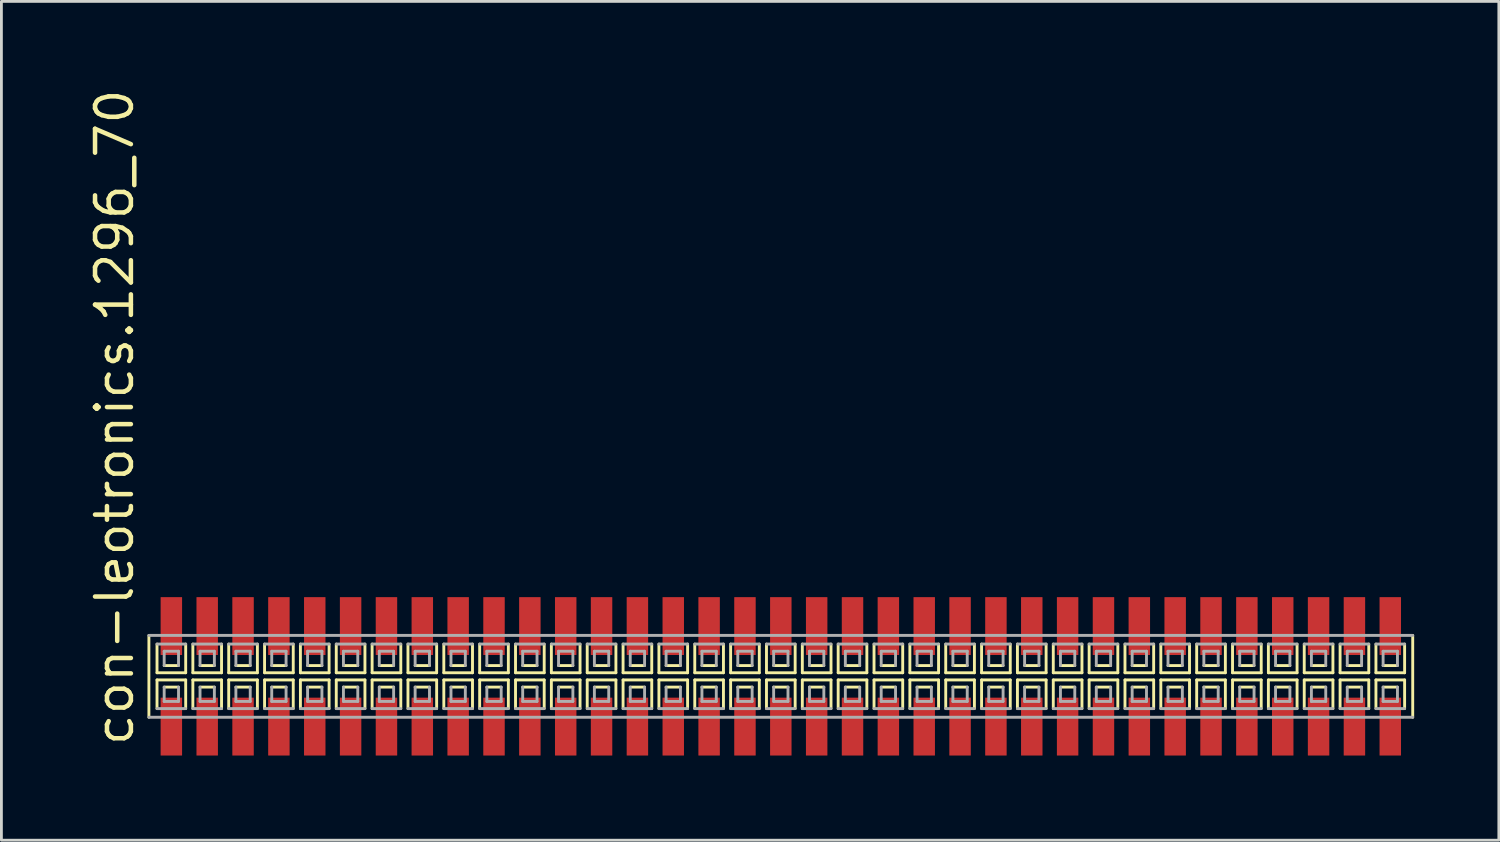
<source format=kicad_pcb>
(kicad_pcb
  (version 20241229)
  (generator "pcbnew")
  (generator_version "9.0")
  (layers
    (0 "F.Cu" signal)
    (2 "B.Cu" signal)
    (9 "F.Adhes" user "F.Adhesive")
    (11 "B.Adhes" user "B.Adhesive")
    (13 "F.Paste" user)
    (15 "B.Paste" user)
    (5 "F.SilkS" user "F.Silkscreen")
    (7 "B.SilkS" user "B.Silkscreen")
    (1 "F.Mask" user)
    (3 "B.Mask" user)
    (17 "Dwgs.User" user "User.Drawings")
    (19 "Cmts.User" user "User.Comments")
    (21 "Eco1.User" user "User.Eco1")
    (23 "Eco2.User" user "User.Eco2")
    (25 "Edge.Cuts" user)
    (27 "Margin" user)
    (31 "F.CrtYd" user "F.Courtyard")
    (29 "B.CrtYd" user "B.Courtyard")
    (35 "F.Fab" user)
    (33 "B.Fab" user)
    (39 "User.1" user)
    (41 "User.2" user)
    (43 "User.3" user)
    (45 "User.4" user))
  (footprint "con-leotronics.1296_70"
    (layer "F.Cu")
    (at 24.61 20.909)
    (property "Reference" "con-leotronics.1296_70" (at -22.86 2.54 90) (layer "F.SilkS") (effects (font (size 1.27 1.27) (thickness 0.16)) (justify left bottom)))
    (attr smd)
    (fp_line (start -22.385 -1.45) (end -22.385 1.45) (stroke (width 0.102) (type default)) (layer "F.SilkS"))
    (fp_line (start -22.098 -1.143) (end -22.098 -0.127) (stroke (width 0.102) (type default)) (layer "F.SilkS"))
    (fp_line (start -22.098 -0.127) (end -21.082 -0.127) (stroke (width 0.102) (type default)) (layer "F.SilkS"))
    (fp_line (start -22.098 0.127) (end -22.098 1.143) (stroke (width 0.102) (type default)) (layer "F.SilkS"))
    (fp_line (start -21.844 -0.381) (end -21.336 -0.381) (stroke (width 0.102) (type default)) (layer "F.SilkS"))
    (fp_line (start -21.336 0.381) (end -21.844 0.381) (stroke (width 0.102) (type default)) (layer "F.SilkS"))
    (fp_line (start -21.082 -0.127) (end -21.082 -1.143) (stroke (width 0.102) (type default)) (layer "F.SilkS"))
    (fp_line (start -21.082 0.127) (end -22.098 0.127) (stroke (width 0.102) (type default)) (layer "F.SilkS"))
    (fp_line (start -21.082 1.143) (end -21.082 0.127) (stroke (width 0.102) (type default)) (layer "F.SilkS"))
    (fp_line (start -20.828 -1.143) (end -20.828 -0.127) (stroke (width 0.102) (type default)) (layer "F.SilkS"))
    (fp_line (start -20.828 -0.127) (end -19.812 -0.127) (stroke (width 0.102) (type default)) (layer "F.SilkS"))
    (fp_line (start -20.828 0.127) (end -20.828 1.143) (stroke (width 0.102) (type default)) (layer "F.SilkS"))
    (fp_line (start -20.574 -0.381) (end -20.066 -0.381) (stroke (width 0.102) (type default)) (layer "F.SilkS"))
    (fp_line (start -20.066 0.381) (end -20.574 0.381) (stroke (width 0.102) (type default)) (layer "F.SilkS"))
    (fp_line (start -19.812 -0.127) (end -19.812 -1.143) (stroke (width 0.102) (type default)) (layer "F.SilkS"))
    (fp_line (start -19.812 0.127) (end -20.828 0.127) (stroke (width 0.102) (type default)) (layer "F.SilkS"))
    (fp_line (start -19.812 1.143) (end -19.812 0.127) (stroke (width 0.102) (type default)) (layer "F.SilkS"))
    (fp_line (start -19.558 -1.143) (end -19.558 -0.127) (stroke (width 0.102) (type default)) (layer "F.SilkS"))
    (fp_line (start -19.558 -0.127) (end -18.542 -0.127) (stroke (width 0.102) (type default)) (layer "F.SilkS"))
    (fp_line (start -19.558 0.127) (end -19.558 1.143) (stroke (width 0.102) (type default)) (layer "F.SilkS"))
    (fp_line (start -19.304 -0.381) (end -18.796 -0.381) (stroke (width 0.102) (type default)) (layer "F.SilkS"))
    (fp_line (start -18.796 0.381) (end -19.304 0.381) (stroke (width 0.102) (type default)) (layer "F.SilkS"))
    (fp_line (start -18.542 -0.127) (end -18.542 -1.143) (stroke (width 0.102) (type default)) (layer "F.SilkS"))
    (fp_line (start -18.542 0.127) (end -19.558 0.127) (stroke (width 0.102) (type default)) (layer "F.SilkS"))
    (fp_line (start -18.542 1.143) (end -18.542 0.127) (stroke (width 0.102) (type default)) (layer "F.SilkS"))
    (fp_line (start -18.288 -1.143) (end -18.288 -0.127) (stroke (width 0.102) (type default)) (layer "F.SilkS"))
    (fp_line (start -18.288 -0.127) (end -17.272 -0.127) (stroke (width 0.102) (type default)) (layer "F.SilkS"))
    (fp_line (start -18.288 0.127) (end -18.288 1.143) (stroke (width 0.102) (type default)) (layer "F.SilkS"))
    (fp_line (start -18.034 -0.381) (end -17.526 -0.381) (stroke (width 0.102) (type default)) (layer "F.SilkS"))
    (fp_line (start -17.526 0.381) (end -18.034 0.381) (stroke (width 0.102) (type default)) (layer "F.SilkS"))
    (fp_line (start -17.272 -0.127) (end -17.272 -1.143) (stroke (width 0.102) (type default)) (layer "F.SilkS"))
    (fp_line (start -17.272 0.127) (end -18.288 0.127) (stroke (width 0.102) (type default)) (layer "F.SilkS"))
    (fp_line (start -17.272 1.143) (end -17.272 0.127) (stroke (width 0.102) (type default)) (layer "F.SilkS"))
    (fp_line (start -17.018 -1.143) (end -17.018 -0.127) (stroke (width 0.102) (type default)) (layer "F.SilkS"))
    (fp_line (start -17.018 -0.127) (end -16.002 -0.127) (stroke (width 0.102) (type default)) (layer "F.SilkS"))
    (fp_line (start -17.018 0.127) (end -17.018 1.143) (stroke (width 0.102) (type default)) (layer "F.SilkS"))
    (fp_line (start -16.764 -0.381) (end -16.256 -0.381) (stroke (width 0.102) (type default)) (layer "F.SilkS"))
    (fp_line (start -16.256 0.381) (end -16.764 0.381) (stroke (width 0.102) (type default)) (layer "F.SilkS"))
    (fp_line (start -16.002 -0.127) (end -16.002 -1.143) (stroke (width 0.102) (type default)) (layer "F.SilkS"))
    (fp_line (start -16.002 0.127) (end -17.018 0.127) (stroke (width 0.102) (type default)) (layer "F.SilkS"))
    (fp_line (start -16.002 1.143) (end -16.002 0.127) (stroke (width 0.102) (type default)) (layer "F.SilkS"))
    (fp_line (start -15.748 -1.143) (end -15.748 -0.127) (stroke (width 0.102) (type default)) (layer "F.SilkS"))
    (fp_line (start -15.748 -0.127) (end -14.732 -0.127) (stroke (width 0.102) (type default)) (layer "F.SilkS"))
    (fp_line (start -15.748 0.127) (end -15.748 1.143) (stroke (width 0.102) (type default)) (layer "F.SilkS"))
    (fp_line (start -15.494 -0.381) (end -14.986 -0.381) (stroke (width 0.102) (type default)) (layer "F.SilkS"))
    (fp_line (start -14.986 0.381) (end -15.494 0.381) (stroke (width 0.102) (type default)) (layer "F.SilkS"))
    (fp_line (start -14.732 -0.127) (end -14.732 -1.143) (stroke (width 0.102) (type default)) (layer "F.SilkS"))
    (fp_line (start -14.732 0.127) (end -15.748 0.127) (stroke (width 0.102) (type default)) (layer "F.SilkS"))
    (fp_line (start -14.732 1.143) (end -14.732 0.127) (stroke (width 0.102) (type default)) (layer "F.SilkS"))
    (fp_line (start -14.478 -1.143) (end -14.478 -0.127) (stroke (width 0.102) (type default)) (layer "F.SilkS"))
    (fp_line (start -14.478 -0.127) (end -13.462 -0.127) (stroke (width 0.102) (type default)) (layer "F.SilkS"))
    (fp_line (start -14.478 0.127) (end -14.478 1.143) (stroke (width 0.102) (type default)) (layer "F.SilkS"))
    (fp_line (start -14.224 -0.381) (end -13.716 -0.381) (stroke (width 0.102) (type default)) (layer "F.SilkS"))
    (fp_line (start -13.716 0.381) (end -14.224 0.381) (stroke (width 0.102) (type default)) (layer "F.SilkS"))
    (fp_line (start -13.462 -0.127) (end -13.462 -1.143) (stroke (width 0.102) (type default)) (layer "F.SilkS"))
    (fp_line (start -13.462 0.127) (end -14.478 0.127) (stroke (width 0.102) (type default)) (layer "F.SilkS"))
    (fp_line (start -13.462 1.143) (end -13.462 0.127) (stroke (width 0.102) (type default)) (layer "F.SilkS"))
    (fp_line (start -13.208 -1.143) (end -13.208 -0.127) (stroke (width 0.102) (type default)) (layer "F.SilkS"))
    (fp_line (start -13.208 -0.127) (end -12.192 -0.127) (stroke (width 0.102) (type default)) (layer "F.SilkS"))
    (fp_line (start -13.208 0.127) (end -13.208 1.143) (stroke (width 0.102) (type default)) (layer "F.SilkS"))
    (fp_line (start -12.954 -0.381) (end -12.446 -0.381) (stroke (width 0.102) (type default)) (layer "F.SilkS"))
    (fp_line (start -12.446 0.381) (end -12.954 0.381) (stroke (width 0.102) (type default)) (layer "F.SilkS"))
    (fp_line (start -12.192 -0.127) (end -12.192 -1.143) (stroke (width 0.102) (type default)) (layer "F.SilkS"))
    (fp_line (start -12.192 0.127) (end -13.208 0.127) (stroke (width 0.102) (type default)) (layer "F.SilkS"))
    (fp_line (start -12.192 1.143) (end -12.192 0.127) (stroke (width 0.102) (type default)) (layer "F.SilkS"))
    (fp_line (start -11.938 -1.143) (end -11.938 -0.127) (stroke (width 0.102) (type default)) (layer "F.SilkS"))
    (fp_line (start -11.938 -0.127) (end -10.922 -0.127) (stroke (width 0.102) (type default)) (layer "F.SilkS"))
    (fp_line (start -11.938 0.127) (end -11.938 1.143) (stroke (width 0.102) (type default)) (layer "F.SilkS"))
    (fp_line (start -11.684 -0.381) (end -11.176 -0.381) (stroke (width 0.102) (type default)) (layer "F.SilkS"))
    (fp_line (start -11.176 0.381) (end -11.684 0.381) (stroke (width 0.102) (type default)) (layer "F.SilkS"))
    (fp_line (start -10.922 -0.127) (end -10.922 -1.143) (stroke (width 0.102) (type default)) (layer "F.SilkS"))
    (fp_line (start -10.922 0.127) (end -11.938 0.127) (stroke (width 0.102) (type default)) (layer "F.SilkS"))
    (fp_line (start -10.922 1.143) (end -10.922 0.127) (stroke (width 0.102) (type default)) (layer "F.SilkS"))
    (fp_line (start -10.668 -1.143) (end -10.668 -0.127) (stroke (width 0.102) (type default)) (layer "F.SilkS"))
    (fp_line (start -10.668 -0.127) (end -9.652 -0.127) (stroke (width 0.102) (type default)) (layer "F.SilkS"))
    (fp_line (start -10.668 0.127) (end -10.668 1.143) (stroke (width 0.102) (type default)) (layer "F.SilkS"))
    (fp_line (start -10.414 -0.381) (end -9.906 -0.381) (stroke (width 0.102) (type default)) (layer "F.SilkS"))
    (fp_line (start -9.906 0.381) (end -10.414 0.381) (stroke (width 0.102) (type default)) (layer "F.SilkS"))
    (fp_line (start -9.652 -0.127) (end -9.652 -1.143) (stroke (width 0.102) (type default)) (layer "F.SilkS"))
    (fp_line (start -9.652 0.127) (end -10.668 0.127) (stroke (width 0.102) (type default)) (layer "F.SilkS"))
    (fp_line (start -9.652 1.143) (end -9.652 0.127) (stroke (width 0.102) (type default)) (layer "F.SilkS"))
    (fp_line (start -9.398 -1.143) (end -9.398 -0.127) (stroke (width 0.102) (type default)) (layer "F.SilkS"))
    (fp_line (start -9.398 -0.127) (end -8.382 -0.127) (stroke (width 0.102) (type default)) (layer "F.SilkS"))
    (fp_line (start -9.398 0.127) (end -9.398 1.143) (stroke (width 0.102) (type default)) (layer "F.SilkS"))
    (fp_line (start -9.144 -0.381) (end -8.636 -0.381) (stroke (width 0.102) (type default)) (layer "F.SilkS"))
    (fp_line (start -8.636 0.381) (end -9.144 0.381) (stroke (width 0.102) (type default)) (layer "F.SilkS"))
    (fp_line (start -8.382 -0.127) (end -8.382 -1.143) (stroke (width 0.102) (type default)) (layer "F.SilkS"))
    (fp_line (start -8.382 0.127) (end -9.398 0.127) (stroke (width 0.102) (type default)) (layer "F.SilkS"))
    (fp_line (start -8.382 1.143) (end -8.382 0.127) (stroke (width 0.102) (type default)) (layer "F.SilkS"))
    (fp_line (start -8.128 -1.143) (end -8.128 -0.127) (stroke (width 0.102) (type default)) (layer "F.SilkS"))
    (fp_line (start -8.128 -0.127) (end -7.112 -0.127) (stroke (width 0.102) (type default)) (layer "F.SilkS"))
    (fp_line (start -8.128 0.127) (end -8.128 1.143) (stroke (width 0.102) (type default)) (layer "F.SilkS"))
    (fp_line (start -7.874 -0.381) (end -7.366 -0.381) (stroke (width 0.102) (type default)) (layer "F.SilkS"))
    (fp_line (start -7.366 0.381) (end -7.874 0.381) (stroke (width 0.102) (type default)) (layer "F.SilkS"))
    (fp_line (start -7.112 -0.127) (end -7.112 -1.143) (stroke (width 0.102) (type default)) (layer "F.SilkS"))
    (fp_line (start -7.112 0.127) (end -8.128 0.127) (stroke (width 0.102) (type default)) (layer "F.SilkS"))
    (fp_line (start -7.112 1.143) (end -7.112 0.127) (stroke (width 0.102) (type default)) (layer "F.SilkS"))
    (fp_line (start -6.858 -1.143) (end -6.858 -0.127) (stroke (width 0.102) (type default)) (layer "F.SilkS"))
    (fp_line (start -6.858 -0.127) (end -5.842 -0.127) (stroke (width 0.102) (type default)) (layer "F.SilkS"))
    (fp_line (start -6.858 0.127) (end -6.858 1.143) (stroke (width 0.102) (type default)) (layer "F.SilkS"))
    (fp_line (start -6.604 -0.381) (end -6.096 -0.381) (stroke (width 0.102) (type default)) (layer "F.SilkS"))
    (fp_line (start -6.096 0.381) (end -6.604 0.381) (stroke (width 0.102) (type default)) (layer "F.SilkS"))
    (fp_line (start -5.842 -0.127) (end -5.842 -1.143) (stroke (width 0.102) (type default)) (layer "F.SilkS"))
    (fp_line (start -5.842 0.127) (end -6.858 0.127) (stroke (width 0.102) (type default)) (layer "F.SilkS"))
    (fp_line (start -5.842 1.143) (end -5.842 0.127) (stroke (width 0.102) (type default)) (layer "F.SilkS"))
    (fp_line (start -5.588 -1.143) (end -5.588 -0.127) (stroke (width 0.102) (type default)) (layer "F.SilkS"))
    (fp_line (start -5.588 -0.127) (end -4.572 -0.127) (stroke (width 0.102) (type default)) (layer "F.SilkS"))
    (fp_line (start -5.588 0.127) (end -5.588 1.143) (stroke (width 0.102) (type default)) (layer "F.SilkS"))
    (fp_line (start -5.334 -0.381) (end -4.826 -0.381) (stroke (width 0.102) (type default)) (layer "F.SilkS"))
    (fp_line (start -4.826 0.381) (end -5.334 0.381) (stroke (width 0.102) (type default)) (layer "F.SilkS"))
    (fp_line (start -4.572 -0.127) (end -4.572 -1.143) (stroke (width 0.102) (type default)) (layer "F.SilkS"))
    (fp_line (start -4.572 0.127) (end -5.588 0.127) (stroke (width 0.102) (type default)) (layer "F.SilkS"))
    (fp_line (start -4.572 1.143) (end -4.572 0.127) (stroke (width 0.102) (type default)) (layer "F.SilkS"))
    (fp_line (start -4.318 -1.143) (end -4.318 -0.127) (stroke (width 0.102) (type default)) (layer "F.SilkS"))
    (fp_line (start -4.318 -0.127) (end -3.302 -0.127) (stroke (width 0.102) (type default)) (layer "F.SilkS"))
    (fp_line (start -4.318 0.127) (end -4.318 1.143) (stroke (width 0.102) (type default)) (layer "F.SilkS"))
    (fp_line (start -4.064 -0.381) (end -3.556 -0.381) (stroke (width 0.102) (type default)) (layer "F.SilkS"))
    (fp_line (start -3.556 0.381) (end -4.064 0.381) (stroke (width 0.102) (type default)) (layer "F.SilkS"))
    (fp_line (start -3.302 -0.127) (end -3.302 -1.143) (stroke (width 0.102) (type default)) (layer "F.SilkS"))
    (fp_line (start -3.302 0.127) (end -4.318 0.127) (stroke (width 0.102) (type default)) (layer "F.SilkS"))
    (fp_line (start -3.302 1.143) (end -3.302 0.127) (stroke (width 0.102) (type default)) (layer "F.SilkS"))
    (fp_line (start -3.048 -1.143) (end -3.048 -0.127) (stroke (width 0.102) (type default)) (layer "F.SilkS"))
    (fp_line (start -3.048 -0.127) (end -2.032 -0.127) (stroke (width 0.102) (type default)) (layer "F.SilkS"))
    (fp_line (start -3.048 0.127) (end -3.048 1.143) (stroke (width 0.102) (type default)) (layer "F.SilkS"))
    (fp_line (start -2.794 -0.381) (end -2.286 -0.381) (stroke (width 0.102) (type default)) (layer "F.SilkS"))
    (fp_line (start -2.286 0.381) (end -2.794 0.381) (stroke (width 0.102) (type default)) (layer "F.SilkS"))
    (fp_line (start -2.032 -0.127) (end -2.032 -1.143) (stroke (width 0.102) (type default)) (layer "F.SilkS"))
    (fp_line (start -2.032 0.127) (end -3.048 0.127) (stroke (width 0.102) (type default)) (layer "F.SilkS"))
    (fp_line (start -2.032 1.143) (end -2.032 0.127) (stroke (width 0.102) (type default)) (layer "F.SilkS"))
    (fp_line (start -1.778 -1.143) (end -1.778 -0.127) (stroke (width 0.102) (type default)) (layer "F.SilkS"))
    (fp_line (start -1.778 -0.127) (end -0.762 -0.127) (stroke (width 0.102) (type default)) (layer "F.SilkS"))
    (fp_line (start -1.778 0.127) (end -1.778 1.143) (stroke (width 0.102) (type default)) (layer "F.SilkS"))
    (fp_line (start -1.524 -0.381) (end -1.016 -0.381) (stroke (width 0.102) (type default)) (layer "F.SilkS"))
    (fp_line (start -1.016 0.381) (end -1.524 0.381) (stroke (width 0.102) (type default)) (layer "F.SilkS"))
    (fp_line (start -0.762 -0.127) (end -0.762 -1.143) (stroke (width 0.102) (type default)) (layer "F.SilkS"))
    (fp_line (start -0.762 0.127) (end -1.778 0.127) (stroke (width 0.102) (type default)) (layer "F.SilkS"))
    (fp_line (start -0.762 1.143) (end -0.762 0.127) (stroke (width 0.102) (type default)) (layer "F.SilkS"))
    (fp_line (start -0.508 -1.143) (end -0.508 -0.127) (stroke (width 0.102) (type default)) (layer "F.SilkS"))
    (fp_line (start -0.508 -0.127) (end 0.508 -0.127) (stroke (width 0.102) (type default)) (layer "F.SilkS"))
    (fp_line (start -0.508 0.127) (end -0.508 1.143) (stroke (width 0.102) (type default)) (layer "F.SilkS"))
    (fp_line (start -0.254 -0.381) (end 0.254 -0.381) (stroke (width 0.102) (type default)) (layer "F.SilkS"))
    (fp_line (start 0.254 0.381) (end -0.254 0.381) (stroke (width 0.102) (type default)) (layer "F.SilkS"))
    (fp_line (start 0.508 -0.127) (end 0.508 -1.143) (stroke (width 0.102) (type default)) (layer "F.SilkS"))
    (fp_line (start 0.508 0.127) (end -0.508 0.127) (stroke (width 0.102) (type default)) (layer "F.SilkS"))
    (fp_line (start 0.508 1.143) (end 0.508 0.127) (stroke (width 0.102) (type default)) (layer "F.SilkS"))
    (fp_line (start 0.762 -1.143) (end 0.762 -0.127) (stroke (width 0.102) (type default)) (layer "F.SilkS"))
    (fp_line (start 0.762 -0.127) (end 1.778 -0.127) (stroke (width 0.102) (type default)) (layer "F.SilkS"))
    (fp_line (start 0.762 0.127) (end 0.762 1.143) (stroke (width 0.102) (type default)) (layer "F.SilkS"))
    (fp_line (start 1.016 -0.381) (end 1.524 -0.381) (stroke (width 0.102) (type default)) (layer "F.SilkS"))
    (fp_line (start 1.524 0.381) (end 1.016 0.381) (stroke (width 0.102) (type default)) (layer "F.SilkS"))
    (fp_line (start 1.778 -0.127) (end 1.778 -1.143) (stroke (width 0.102) (type default)) (layer "F.SilkS"))
    (fp_line (start 1.778 0.127) (end 0.762 0.127) (stroke (width 0.102) (type default)) (layer "F.SilkS"))
    (fp_line (start 1.778 1.143) (end 1.778 0.127) (stroke (width 0.102) (type default)) (layer "F.SilkS"))
    (fp_line (start 2.032 -1.143) (end 2.032 -0.127) (stroke (width 0.102) (type default)) (layer "F.SilkS"))
    (fp_line (start 2.032 -0.127) (end 3.048 -0.127) (stroke (width 0.102) (type default)) (layer "F.SilkS"))
    (fp_line (start 2.032 0.127) (end 2.032 1.143) (stroke (width 0.102) (type default)) (layer "F.SilkS"))
    (fp_line (start 2.286 -0.381) (end 2.794 -0.381) (stroke (width 0.102) (type default)) (layer "F.SilkS"))
    (fp_line (start 2.794 0.381) (end 2.286 0.381) (stroke (width 0.102) (type default)) (layer "F.SilkS"))
    (fp_line (start 3.048 -0.127) (end 3.048 -1.143) (stroke (width 0.102) (type default)) (layer "F.SilkS"))
    (fp_line (start 3.048 0.127) (end 2.032 0.127) (stroke (width 0.102) (type default)) (layer "F.SilkS"))
    (fp_line (start 3.048 1.143) (end 3.048 0.127) (stroke (width 0.102) (type default)) (layer "F.SilkS"))
    (fp_line (start 3.302 -1.143) (end 3.302 -0.127) (stroke (width 0.102) (type default)) (layer "F.SilkS"))
    (fp_line (start 3.302 -0.127) (end 4.318 -0.127) (stroke (width 0.102) (type default)) (layer "F.SilkS"))
    (fp_line (start 3.302 0.127) (end 3.302 1.143) (stroke (width 0.102) (type default)) (layer "F.SilkS"))
    (fp_line (start 3.556 -0.381) (end 4.064 -0.381) (stroke (width 0.102) (type default)) (layer "F.SilkS"))
    (fp_line (start 4.064 0.381) (end 3.556 0.381) (stroke (width 0.102) (type default)) (layer "F.SilkS"))
    (fp_line (start 4.318 -0.127) (end 4.318 -1.143) (stroke (width 0.102) (type default)) (layer "F.SilkS"))
    (fp_line (start 4.318 0.127) (end 3.302 0.127) (stroke (width 0.102) (type default)) (layer "F.SilkS"))
    (fp_line (start 4.318 1.143) (end 4.318 0.127) (stroke (width 0.102) (type default)) (layer "F.SilkS"))
    (fp_line (start 4.572 -1.143) (end 4.572 -0.127) (stroke (width 0.102) (type default)) (layer "F.SilkS"))
    (fp_line (start 4.572 -0.127) (end 5.588 -0.127) (stroke (width 0.102) (type default)) (layer "F.SilkS"))
    (fp_line (start 4.572 0.127) (end 4.572 1.143) (stroke (width 0.102) (type default)) (layer "F.SilkS"))
    (fp_line (start 4.826 -0.381) (end 5.334 -0.381) (stroke (width 0.102) (type default)) (layer "F.SilkS"))
    (fp_line (start 5.334 0.381) (end 4.826 0.381) (stroke (width 0.102) (type default)) (layer "F.SilkS"))
    (fp_line (start 5.588 -0.127) (end 5.588 -1.143) (stroke (width 0.102) (type default)) (layer "F.SilkS"))
    (fp_line (start 5.588 0.127) (end 4.572 0.127) (stroke (width 0.102) (type default)) (layer "F.SilkS"))
    (fp_line (start 5.588 1.143) (end 5.588 0.127) (stroke (width 0.102) (type default)) (layer "F.SilkS"))
    (fp_line (start 5.842 -1.143) (end 5.842 -0.127) (stroke (width 0.102) (type default)) (layer "F.SilkS"))
    (fp_line (start 5.842 -0.127) (end 6.858 -0.127) (stroke (width 0.102) (type default)) (layer "F.SilkS"))
    (fp_line (start 5.842 0.127) (end 5.842 1.143) (stroke (width 0.102) (type default)) (layer "F.SilkS"))
    (fp_line (start 6.096 -0.381) (end 6.604 -0.381) (stroke (width 0.102) (type default)) (layer "F.SilkS"))
    (fp_line (start 6.604 0.381) (end 6.096 0.381) (stroke (width 0.102) (type default)) (layer "F.SilkS"))
    (fp_line (start 6.858 -0.127) (end 6.858 -1.143) (stroke (width 0.102) (type default)) (layer "F.SilkS"))
    (fp_line (start 6.858 0.127) (end 5.842 0.127) (stroke (width 0.102) (type default)) (layer "F.SilkS"))
    (fp_line (start 6.858 1.143) (end 6.858 0.127) (stroke (width 0.102) (type default)) (layer "F.SilkS"))
    (fp_line (start 7.112 -1.143) (end 7.112 -0.127) (stroke (width 0.102) (type default)) (layer "F.SilkS"))
    (fp_line (start 7.112 -0.127) (end 8.128 -0.127) (stroke (width 0.102) (type default)) (layer "F.SilkS"))
    (fp_line (start 7.112 0.127) (end 7.112 1.143) (stroke (width 0.102) (type default)) (layer "F.SilkS"))
    (fp_line (start 7.366 -0.381) (end 7.874 -0.381) (stroke (width 0.102) (type default)) (layer "F.SilkS"))
    (fp_line (start 7.874 0.381) (end 7.366 0.381) (stroke (width 0.102) (type default)) (layer "F.SilkS"))
    (fp_line (start 8.128 -0.127) (end 8.128 -1.143) (stroke (width 0.102) (type default)) (layer "F.SilkS"))
    (fp_line (start 8.128 0.127) (end 7.112 0.127) (stroke (width 0.102) (type default)) (layer "F.SilkS"))
    (fp_line (start 8.128 1.143) (end 8.128 0.127) (stroke (width 0.102) (type default)) (layer "F.SilkS"))
    (fp_line (start 8.382 -1.143) (end 8.382 -0.127) (stroke (width 0.102) (type default)) (layer "F.SilkS"))
    (fp_line (start 8.382 -0.127) (end 9.398 -0.127) (stroke (width 0.102) (type default)) (layer "F.SilkS"))
    (fp_line (start 8.382 0.127) (end 8.382 1.143) (stroke (width 0.102) (type default)) (layer "F.SilkS"))
    (fp_line (start 8.636 -0.381) (end 9.144 -0.381) (stroke (width 0.102) (type default)) (layer "F.SilkS"))
    (fp_line (start 9.144 0.381) (end 8.636 0.381) (stroke (width 0.102) (type default)) (layer "F.SilkS"))
    (fp_line (start 9.398 -0.127) (end 9.398 -1.143) (stroke (width 0.102) (type default)) (layer "F.SilkS"))
    (fp_line (start 9.398 0.127) (end 8.382 0.127) (stroke (width 0.102) (type default)) (layer "F.SilkS"))
    (fp_line (start 9.398 1.143) (end 9.398 0.127) (stroke (width 0.102) (type default)) (layer "F.SilkS"))
    (fp_line (start 9.652 -1.143) (end 9.652 -0.127) (stroke (width 0.102) (type default)) (layer "F.SilkS"))
    (fp_line (start 9.652 -0.127) (end 10.668 -0.127) (stroke (width 0.102) (type default)) (layer "F.SilkS"))
    (fp_line (start 9.652 0.127) (end 9.652 1.143) (stroke (width 0.102) (type default)) (layer "F.SilkS"))
    (fp_line (start 9.906 -0.381) (end 10.414 -0.381) (stroke (width 0.102) (type default)) (layer "F.SilkS"))
    (fp_line (start 10.414 0.381) (end 9.906 0.381) (stroke (width 0.102) (type default)) (layer "F.SilkS"))
    (fp_line (start 10.668 -0.127) (end 10.668 -1.143) (stroke (width 0.102) (type default)) (layer "F.SilkS"))
    (fp_line (start 10.668 0.127) (end 9.652 0.127) (stroke (width 0.102) (type default)) (layer "F.SilkS"))
    (fp_line (start 10.668 1.143) (end 10.668 0.127) (stroke (width 0.102) (type default)) (layer "F.SilkS"))
    (fp_line (start 10.922 -1.143) (end 10.922 -0.127) (stroke (width 0.102) (type default)) (layer "F.SilkS"))
    (fp_line (start 10.922 -0.127) (end 11.938 -0.127) (stroke (width 0.102) (type default)) (layer "F.SilkS"))
    (fp_line (start 10.922 0.127) (end 10.922 1.143) (stroke (width 0.102) (type default)) (layer "F.SilkS"))
    (fp_line (start 11.176 -0.381) (end 11.684 -0.381) (stroke (width 0.102) (type default)) (layer "F.SilkS"))
    (fp_line (start 11.684 0.381) (end 11.176 0.381) (stroke (width 0.102) (type default)) (layer "F.SilkS"))
    (fp_line (start 11.938 -0.127) (end 11.938 -1.143) (stroke (width 0.102) (type default)) (layer "F.SilkS"))
    (fp_line (start 11.938 0.127) (end 10.922 0.127) (stroke (width 0.102) (type default)) (layer "F.SilkS"))
    (fp_line (start 11.938 1.143) (end 11.938 0.127) (stroke (width 0.102) (type default)) (layer "F.SilkS"))
    (fp_line (start 12.192 -1.143) (end 12.192 -0.127) (stroke (width 0.102) (type default)) (layer "F.SilkS"))
    (fp_line (start 12.192 -0.127) (end 13.208 -0.127) (stroke (width 0.102) (type default)) (layer "F.SilkS"))
    (fp_line (start 12.192 0.127) (end 12.192 1.143) (stroke (width 0.102) (type default)) (layer "F.SilkS"))
    (fp_line (start 12.446 -0.381) (end 12.954 -0.381) (stroke (width 0.102) (type default)) (layer "F.SilkS"))
    (fp_line (start 12.954 0.381) (end 12.446 0.381) (stroke (width 0.102) (type default)) (layer "F.SilkS"))
    (fp_line (start 13.208 -0.127) (end 13.208 -1.143) (stroke (width 0.102) (type default)) (layer "F.SilkS"))
    (fp_line (start 13.208 0.127) (end 12.192 0.127) (stroke (width 0.102) (type default)) (layer "F.SilkS"))
    (fp_line (start 13.208 1.143) (end 13.208 0.127) (stroke (width 0.102) (type default)) (layer "F.SilkS"))
    (fp_line (start 13.462 -1.143) (end 13.462 -0.127) (stroke (width 0.102) (type default)) (layer "F.SilkS"))
    (fp_line (start 13.462 -0.127) (end 14.478 -0.127) (stroke (width 0.102) (type default)) (layer "F.SilkS"))
    (fp_line (start 13.462 0.127) (end 13.462 1.143) (stroke (width 0.102) (type default)) (layer "F.SilkS"))
    (fp_line (start 13.716 -0.381) (end 14.224 -0.381) (stroke (width 0.102) (type default)) (layer "F.SilkS"))
    (fp_line (start 14.224 0.381) (end 13.716 0.381) (stroke (width 0.102) (type default)) (layer "F.SilkS"))
    (fp_line (start 14.478 -0.127) (end 14.478 -1.143) (stroke (width 0.102) (type default)) (layer "F.SilkS"))
    (fp_line (start 14.478 0.127) (end 13.462 0.127) (stroke (width 0.102) (type default)) (layer "F.SilkS"))
    (fp_line (start 14.478 1.143) (end 14.478 0.127) (stroke (width 0.102) (type default)) (layer "F.SilkS"))
    (fp_line (start 14.732 -1.143) (end 14.732 -0.127) (stroke (width 0.102) (type default)) (layer "F.SilkS"))
    (fp_line (start 14.732 -0.127) (end 15.748 -0.127) (stroke (width 0.102) (type default)) (layer "F.SilkS"))
    (fp_line (start 14.732 0.127) (end 14.732 1.143) (stroke (width 0.102) (type default)) (layer "F.SilkS"))
    (fp_line (start 14.986 -0.381) (end 15.494 -0.381) (stroke (width 0.102) (type default)) (layer "F.SilkS"))
    (fp_line (start 15.494 0.381) (end 14.986 0.381) (stroke (width 0.102) (type default)) (layer "F.SilkS"))
    (fp_line (start 15.748 -0.127) (end 15.748 -1.143) (stroke (width 0.102) (type default)) (layer "F.SilkS"))
    (fp_line (start 15.748 0.127) (end 14.732 0.127) (stroke (width 0.102) (type default)) (layer "F.SilkS"))
    (fp_line (start 15.748 1.143) (end 15.748 0.127) (stroke (width 0.102) (type default)) (layer "F.SilkS"))
    (fp_line (start 16.002 -1.143) (end 16.002 -0.127) (stroke (width 0.102) (type default)) (layer "F.SilkS"))
    (fp_line (start 16.002 -0.127) (end 17.018 -0.127) (stroke (width 0.102) (type default)) (layer "F.SilkS"))
    (fp_line (start 16.002 0.127) (end 16.002 1.143) (stroke (width 0.102) (type default)) (layer "F.SilkS"))
    (fp_line (start 16.256 -0.381) (end 16.764 -0.381) (stroke (width 0.102) (type default)) (layer "F.SilkS"))
    (fp_line (start 16.764 0.381) (end 16.256 0.381) (stroke (width 0.102) (type default)) (layer "F.SilkS"))
    (fp_line (start 17.018 -0.127) (end 17.018 -1.143) (stroke (width 0.102) (type default)) (layer "F.SilkS"))
    (fp_line (start 17.018 0.127) (end 16.002 0.127) (stroke (width 0.102) (type default)) (layer "F.SilkS"))
    (fp_line (start 17.018 1.143) (end 17.018 0.127) (stroke (width 0.102) (type default)) (layer "F.SilkS"))
    (fp_line (start 17.272 -1.143) (end 17.272 -0.127) (stroke (width 0.102) (type default)) (layer "F.SilkS"))
    (fp_line (start 17.272 -0.127) (end 18.288 -0.127) (stroke (width 0.102) (type default)) (layer "F.SilkS"))
    (fp_line (start 17.272 0.127) (end 17.272 1.143) (stroke (width 0.102) (type default)) (layer "F.SilkS"))
    (fp_line (start 17.526 -0.381) (end 18.034 -0.381) (stroke (width 0.102) (type default)) (layer "F.SilkS"))
    (fp_line (start 18.034 0.381) (end 17.526 0.381) (stroke (width 0.102) (type default)) (layer "F.SilkS"))
    (fp_line (start 18.288 -0.127) (end 18.288 -1.143) (stroke (width 0.102) (type default)) (layer "F.SilkS"))
    (fp_line (start 18.288 0.127) (end 17.272 0.127) (stroke (width 0.102) (type default)) (layer "F.SilkS"))
    (fp_line (start 18.288 1.143) (end 18.288 0.127) (stroke (width 0.102) (type default)) (layer "F.SilkS"))
    (fp_line (start 18.542 -1.143) (end 18.542 -0.127) (stroke (width 0.102) (type default)) (layer "F.SilkS"))
    (fp_line (start 18.542 -0.127) (end 19.558 -0.127) (stroke (width 0.102) (type default)) (layer "F.SilkS"))
    (fp_line (start 18.542 0.127) (end 18.542 1.143) (stroke (width 0.102) (type default)) (layer "F.SilkS"))
    (fp_line (start 18.796 -0.381) (end 19.304 -0.381) (stroke (width 0.102) (type default)) (layer "F.SilkS"))
    (fp_line (start 19.304 0.381) (end 18.796 0.381) (stroke (width 0.102) (type default)) (layer "F.SilkS"))
    (fp_line (start 19.558 -0.127) (end 19.558 -1.143) (stroke (width 0.102) (type default)) (layer "F.SilkS"))
    (fp_line (start 19.558 0.127) (end 18.542 0.127) (stroke (width 0.102) (type default)) (layer "F.SilkS"))
    (fp_line (start 19.558 1.143) (end 19.558 0.127) (stroke (width 0.102) (type default)) (layer "F.SilkS"))
    (fp_line (start 19.812 -1.143) (end 19.812 -0.127) (stroke (width 0.102) (type default)) (layer "F.SilkS"))
    (fp_line (start 19.812 -0.127) (end 20.828 -0.127) (stroke (width 0.102) (type default)) (layer "F.SilkS"))
    (fp_line (start 19.812 0.127) (end 19.812 1.143) (stroke (width 0.102) (type default)) (layer "F.SilkS"))
    (fp_line (start 20.066 -0.381) (end 20.574 -0.381) (stroke (width 0.102) (type default)) (layer "F.SilkS"))
    (fp_line (start 20.574 0.381) (end 20.066 0.381) (stroke (width 0.102) (type default)) (layer "F.SilkS"))
    (fp_line (start 20.828 -0.127) (end 20.828 -1.143) (stroke (width 0.102) (type default)) (layer "F.SilkS"))
    (fp_line (start 20.828 0.127) (end 19.812 0.127) (stroke (width 0.102) (type default)) (layer "F.SilkS"))
    (fp_line (start 20.828 1.143) (end 20.828 0.127) (stroke (width 0.102) (type default)) (layer "F.SilkS"))
    (fp_line (start 21.082 -1.143) (end 21.082 -0.127) (stroke (width 0.102) (type default)) (layer "F.SilkS"))
    (fp_line (start 21.082 -0.127) (end 22.098 -0.127) (stroke (width 0.102) (type default)) (layer "F.SilkS"))
    (fp_line (start 21.082 0.127) (end 21.082 1.143) (stroke (width 0.102) (type default)) (layer "F.SilkS"))
    (fp_line (start 21.336 -0.381) (end 21.844 -0.381) (stroke (width 0.102) (type default)) (layer "F.SilkS"))
    (fp_line (start 21.844 0.381) (end 21.336 0.381) (stroke (width 0.102) (type default)) (layer "F.SilkS"))
    (fp_line (start 22.098 -0.127) (end 22.098 -1.143) (stroke (width 0.102) (type default)) (layer "F.SilkS"))
    (fp_line (start 22.098 0.127) (end 21.082 0.127) (stroke (width 0.102) (type default)) (layer "F.SilkS"))
    (fp_line (start 22.098 1.143) (end 22.098 0.127) (stroke (width 0.102) (type default)) (layer "F.SilkS"))
    (fp_line (start 22.385 1.45) (end 22.385 -1.45) (stroke (width 0.102) (type default)) (layer "F.SilkS"))
    (fp_line (start -22.385 1.45) (end 22.385 1.45) (stroke (width 0.102) (type default)) (layer "F.Fab"))
    (fp_line (start -22.098 1.143) (end -21.082 1.143) (stroke (width 0.102) (type default)) (layer "F.Fab"))
    (fp_line (start -21.844 -0.889) (end -21.844 -0.381) (stroke (width 0.102) (type default)) (layer "F.Fab"))
    (fp_line (start -21.844 0.381) (end -21.844 0.889) (stroke (width 0.102) (type default)) (layer "F.Fab"))
    (fp_line (start -21.844 0.889) (end -21.336 0.889) (stroke (width 0.102) (type default)) (layer "F.Fab"))
    (fp_line (start -21.336 -0.889) (end -21.844 -0.889) (stroke (width 0.102) (type default)) (layer "F.Fab"))
    (fp_line (start -21.336 -0.381) (end -21.336 -0.889) (stroke (width 0.102) (type default)) (layer "F.Fab"))
    (fp_line (start -21.336 0.889) (end -21.336 0.381) (stroke (width 0.102) (type default)) (layer "F.Fab"))
    (fp_line (start -21.082 -1.143) (end -22.098 -1.143) (stroke (width 0.102) (type default)) (layer "F.Fab"))
    (fp_line (start -20.828 1.143) (end -19.812 1.143) (stroke (width 0.102) (type default)) (layer "F.Fab"))
    (fp_line (start -20.574 -0.889) (end -20.574 -0.381) (stroke (width 0.102) (type default)) (layer "F.Fab"))
    (fp_line (start -20.574 0.381) (end -20.574 0.889) (stroke (width 0.102) (type default)) (layer "F.Fab"))
    (fp_line (start -20.574 0.889) (end -20.066 0.889) (stroke (width 0.102) (type default)) (layer "F.Fab"))
    (fp_line (start -20.066 -0.889) (end -20.574 -0.889) (stroke (width 0.102) (type default)) (layer "F.Fab"))
    (fp_line (start -20.066 -0.381) (end -20.066 -0.889) (stroke (width 0.102) (type default)) (layer "F.Fab"))
    (fp_line (start -20.066 0.889) (end -20.066 0.381) (stroke (width 0.102) (type default)) (layer "F.Fab"))
    (fp_line (start -19.812 -1.143) (end -20.828 -1.143) (stroke (width 0.102) (type default)) (layer "F.Fab"))
    (fp_line (start -19.558 1.143) (end -18.542 1.143) (stroke (width 0.102) (type default)) (layer "F.Fab"))
    (fp_line (start -19.304 -0.889) (end -19.304 -0.381) (stroke (width 0.102) (type default)) (layer "F.Fab"))
    (fp_line (start -19.304 0.381) (end -19.304 0.889) (stroke (width 0.102) (type default)) (layer "F.Fab"))
    (fp_line (start -19.304 0.889) (end -18.796 0.889) (stroke (width 0.102) (type default)) (layer "F.Fab"))
    (fp_line (start -18.796 -0.889) (end -19.304 -0.889) (stroke (width 0.102) (type default)) (layer "F.Fab"))
    (fp_line (start -18.796 -0.381) (end -18.796 -0.889) (stroke (width 0.102) (type default)) (layer "F.Fab"))
    (fp_line (start -18.796 0.889) (end -18.796 0.381) (stroke (width 0.102) (type default)) (layer "F.Fab"))
    (fp_line (start -18.542 -1.143) (end -19.558 -1.143) (stroke (width 0.102) (type default)) (layer "F.Fab"))
    (fp_line (start -18.288 1.143) (end -17.272 1.143) (stroke (width 0.102) (type default)) (layer "F.Fab"))
    (fp_line (start -18.034 -0.889) (end -18.034 -0.381) (stroke (width 0.102) (type default)) (layer "F.Fab"))
    (fp_line (start -18.034 0.381) (end -18.034 0.889) (stroke (width 0.102) (type default)) (layer "F.Fab"))
    (fp_line (start -18.034 0.889) (end -17.526 0.889) (stroke (width 0.102) (type default)) (layer "F.Fab"))
    (fp_line (start -17.526 -0.889) (end -18.034 -0.889) (stroke (width 0.102) (type default)) (layer "F.Fab"))
    (fp_line (start -17.526 -0.381) (end -17.526 -0.889) (stroke (width 0.102) (type default)) (layer "F.Fab"))
    (fp_line (start -17.526 0.889) (end -17.526 0.381) (stroke (width 0.102) (type default)) (layer "F.Fab"))
    (fp_line (start -17.272 -1.143) (end -18.288 -1.143) (stroke (width 0.102) (type default)) (layer "F.Fab"))
    (fp_line (start -17.018 1.143) (end -16.002 1.143) (stroke (width 0.102) (type default)) (layer "F.Fab"))
    (fp_line (start -16.764 -0.889) (end -16.764 -0.381) (stroke (width 0.102) (type default)) (layer "F.Fab"))
    (fp_line (start -16.764 0.381) (end -16.764 0.889) (stroke (width 0.102) (type default)) (layer "F.Fab"))
    (fp_line (start -16.764 0.889) (end -16.256 0.889) (stroke (width 0.102) (type default)) (layer "F.Fab"))
    (fp_line (start -16.256 -0.889) (end -16.764 -0.889) (stroke (width 0.102) (type default)) (layer "F.Fab"))
    (fp_line (start -16.256 -0.381) (end -16.256 -0.889) (stroke (width 0.102) (type default)) (layer "F.Fab"))
    (fp_line (start -16.256 0.889) (end -16.256 0.381) (stroke (width 0.102) (type default)) (layer "F.Fab"))
    (fp_line (start -16.002 -1.143) (end -17.018 -1.143) (stroke (width 0.102) (type default)) (layer "F.Fab"))
    (fp_line (start -15.748 1.143) (end -14.732 1.143) (stroke (width 0.102) (type default)) (layer "F.Fab"))
    (fp_line (start -15.494 -0.889) (end -15.494 -0.381) (stroke (width 0.102) (type default)) (layer "F.Fab"))
    (fp_line (start -15.494 0.381) (end -15.494 0.889) (stroke (width 0.102) (type default)) (layer "F.Fab"))
    (fp_line (start -15.494 0.889) (end -14.986 0.889) (stroke (width 0.102) (type default)) (layer "F.Fab"))
    (fp_line (start -14.986 -0.889) (end -15.494 -0.889) (stroke (width 0.102) (type default)) (layer "F.Fab"))
    (fp_line (start -14.986 -0.381) (end -14.986 -0.889) (stroke (width 0.102) (type default)) (layer "F.Fab"))
    (fp_line (start -14.986 0.889) (end -14.986 0.381) (stroke (width 0.102) (type default)) (layer "F.Fab"))
    (fp_line (start -14.732 -1.143) (end -15.748 -1.143) (stroke (width 0.102) (type default)) (layer "F.Fab"))
    (fp_line (start -14.478 1.143) (end -13.462 1.143) (stroke (width 0.102) (type default)) (layer "F.Fab"))
    (fp_line (start -14.224 -0.889) (end -14.224 -0.381) (stroke (width 0.102) (type default)) (layer "F.Fab"))
    (fp_line (start -14.224 0.381) (end -14.224 0.889) (stroke (width 0.102) (type default)) (layer "F.Fab"))
    (fp_line (start -14.224 0.889) (end -13.716 0.889) (stroke (width 0.102) (type default)) (layer "F.Fab"))
    (fp_line (start -13.716 -0.889) (end -14.224 -0.889) (stroke (width 0.102) (type default)) (layer "F.Fab"))
    (fp_line (start -13.716 -0.381) (end -13.716 -0.889) (stroke (width 0.102) (type default)) (layer "F.Fab"))
    (fp_line (start -13.716 0.889) (end -13.716 0.381) (stroke (width 0.102) (type default)) (layer "F.Fab"))
    (fp_line (start -13.462 -1.143) (end -14.478 -1.143) (stroke (width 0.102) (type default)) (layer "F.Fab"))
    (fp_line (start -13.208 1.143) (end -12.192 1.143) (stroke (width 0.102) (type default)) (layer "F.Fab"))
    (fp_line (start -12.954 -0.889) (end -12.954 -0.381) (stroke (width 0.102) (type default)) (layer "F.Fab"))
    (fp_line (start -12.954 0.381) (end -12.954 0.889) (stroke (width 0.102) (type default)) (layer "F.Fab"))
    (fp_line (start -12.954 0.889) (end -12.446 0.889) (stroke (width 0.102) (type default)) (layer "F.Fab"))
    (fp_line (start -12.446 -0.889) (end -12.954 -0.889) (stroke (width 0.102) (type default)) (layer "F.Fab"))
    (fp_line (start -12.446 -0.381) (end -12.446 -0.889) (stroke (width 0.102) (type default)) (layer "F.Fab"))
    (fp_line (start -12.446 0.889) (end -12.446 0.381) (stroke (width 0.102) (type default)) (layer "F.Fab"))
    (fp_line (start -12.192 -1.143) (end -13.208 -1.143) (stroke (width 0.102) (type default)) (layer "F.Fab"))
    (fp_line (start -11.938 1.143) (end -10.922 1.143) (stroke (width 0.102) (type default)) (layer "F.Fab"))
    (fp_line (start -11.684 -0.889) (end -11.684 -0.381) (stroke (width 0.102) (type default)) (layer "F.Fab"))
    (fp_line (start -11.684 0.381) (end -11.684 0.889) (stroke (width 0.102) (type default)) (layer "F.Fab"))
    (fp_line (start -11.684 0.889) (end -11.176 0.889) (stroke (width 0.102) (type default)) (layer "F.Fab"))
    (fp_line (start -11.176 -0.889) (end -11.684 -0.889) (stroke (width 0.102) (type default)) (layer "F.Fab"))
    (fp_line (start -11.176 -0.381) (end -11.176 -0.889) (stroke (width 0.102) (type default)) (layer "F.Fab"))
    (fp_line (start -11.176 0.889) (end -11.176 0.381) (stroke (width 0.102) (type default)) (layer "F.Fab"))
    (fp_line (start -10.922 -1.143) (end -11.938 -1.143) (stroke (width 0.102) (type default)) (layer "F.Fab"))
    (fp_line (start -10.668 1.143) (end -9.652 1.143) (stroke (width 0.102) (type default)) (layer "F.Fab"))
    (fp_line (start -10.414 -0.889) (end -10.414 -0.381) (stroke (width 0.102) (type default)) (layer "F.Fab"))
    (fp_line (start -10.414 0.381) (end -10.414 0.889) (stroke (width 0.102) (type default)) (layer "F.Fab"))
    (fp_line (start -10.414 0.889) (end -9.906 0.889) (stroke (width 0.102) (type default)) (layer "F.Fab"))
    (fp_line (start -9.906 -0.889) (end -10.414 -0.889) (stroke (width 0.102) (type default)) (layer "F.Fab"))
    (fp_line (start -9.906 -0.381) (end -9.906 -0.889) (stroke (width 0.102) (type default)) (layer "F.Fab"))
    (fp_line (start -9.906 0.889) (end -9.906 0.381) (stroke (width 0.102) (type default)) (layer "F.Fab"))
    (fp_line (start -9.652 -1.143) (end -10.668 -1.143) (stroke (width 0.102) (type default)) (layer "F.Fab"))
    (fp_line (start -9.398 1.143) (end -8.382 1.143) (stroke (width 0.102) (type default)) (layer "F.Fab"))
    (fp_line (start -9.144 -0.889) (end -9.144 -0.381) (stroke (width 0.102) (type default)) (layer "F.Fab"))
    (fp_line (start -9.144 0.381) (end -9.144 0.889) (stroke (width 0.102) (type default)) (layer "F.Fab"))
    (fp_line (start -9.144 0.889) (end -8.636 0.889) (stroke (width 0.102) (type default)) (layer "F.Fab"))
    (fp_line (start -8.636 -0.889) (end -9.144 -0.889) (stroke (width 0.102) (type default)) (layer "F.Fab"))
    (fp_line (start -8.636 -0.381) (end -8.636 -0.889) (stroke (width 0.102) (type default)) (layer "F.Fab"))
    (fp_line (start -8.636 0.889) (end -8.636 0.381) (stroke (width 0.102) (type default)) (layer "F.Fab"))
    (fp_line (start -8.382 -1.143) (end -9.398 -1.143) (stroke (width 0.102) (type default)) (layer "F.Fab"))
    (fp_line (start -8.128 1.143) (end -7.112 1.143) (stroke (width 0.102) (type default)) (layer "F.Fab"))
    (fp_line (start -7.874 -0.889) (end -7.874 -0.381) (stroke (width 0.102) (type default)) (layer "F.Fab"))
    (fp_line (start -7.874 0.381) (end -7.874 0.889) (stroke (width 0.102) (type default)) (layer "F.Fab"))
    (fp_line (start -7.874 0.889) (end -7.366 0.889) (stroke (width 0.102) (type default)) (layer "F.Fab"))
    (fp_line (start -7.366 -0.889) (end -7.874 -0.889) (stroke (width 0.102) (type default)) (layer "F.Fab"))
    (fp_line (start -7.366 -0.381) (end -7.366 -0.889) (stroke (width 0.102) (type default)) (layer "F.Fab"))
    (fp_line (start -7.366 0.889) (end -7.366 0.381) (stroke (width 0.102) (type default)) (layer "F.Fab"))
    (fp_line (start -7.112 -1.143) (end -8.128 -1.143) (stroke (width 0.102) (type default)) (layer "F.Fab"))
    (fp_line (start -6.858 1.143) (end -5.842 1.143) (stroke (width 0.102) (type default)) (layer "F.Fab"))
    (fp_line (start -6.604 -0.889) (end -6.604 -0.381) (stroke (width 0.102) (type default)) (layer "F.Fab"))
    (fp_line (start -6.604 0.381) (end -6.604 0.889) (stroke (width 0.102) (type default)) (layer "F.Fab"))
    (fp_line (start -6.604 0.889) (end -6.096 0.889) (stroke (width 0.102) (type default)) (layer "F.Fab"))
    (fp_line (start -6.096 -0.889) (end -6.604 -0.889) (stroke (width 0.102) (type default)) (layer "F.Fab"))
    (fp_line (start -6.096 -0.381) (end -6.096 -0.889) (stroke (width 0.102) (type default)) (layer "F.Fab"))
    (fp_line (start -6.096 0.889) (end -6.096 0.381) (stroke (width 0.102) (type default)) (layer "F.Fab"))
    (fp_line (start -5.842 -1.143) (end -6.858 -1.143) (stroke (width 0.102) (type default)) (layer "F.Fab"))
    (fp_line (start -5.588 1.143) (end -4.572 1.143) (stroke (width 0.102) (type default)) (layer "F.Fab"))
    (fp_line (start -5.334 -0.889) (end -5.334 -0.381) (stroke (width 0.102) (type default)) (layer "F.Fab"))
    (fp_line (start -5.334 0.381) (end -5.334 0.889) (stroke (width 0.102) (type default)) (layer "F.Fab"))
    (fp_line (start -5.334 0.889) (end -4.826 0.889) (stroke (width 0.102) (type default)) (layer "F.Fab"))
    (fp_line (start -4.826 -0.889) (end -5.334 -0.889) (stroke (width 0.102) (type default)) (layer "F.Fab"))
    (fp_line (start -4.826 -0.381) (end -4.826 -0.889) (stroke (width 0.102) (type default)) (layer "F.Fab"))
    (fp_line (start -4.826 0.889) (end -4.826 0.381) (stroke (width 0.102) (type default)) (layer "F.Fab"))
    (fp_line (start -4.572 -1.143) (end -5.588 -1.143) (stroke (width 0.102) (type default)) (layer "F.Fab"))
    (fp_line (start -4.318 1.143) (end -3.302 1.143) (stroke (width 0.102) (type default)) (layer "F.Fab"))
    (fp_line (start -4.064 -0.889) (end -4.064 -0.381) (stroke (width 0.102) (type default)) (layer "F.Fab"))
    (fp_line (start -4.064 0.381) (end -4.064 0.889) (stroke (width 0.102) (type default)) (layer "F.Fab"))
    (fp_line (start -4.064 0.889) (end -3.556 0.889) (stroke (width 0.102) (type default)) (layer "F.Fab"))
    (fp_line (start -3.556 -0.889) (end -4.064 -0.889) (stroke (width 0.102) (type default)) (layer "F.Fab"))
    (fp_line (start -3.556 -0.381) (end -3.556 -0.889) (stroke (width 0.102) (type default)) (layer "F.Fab"))
    (fp_line (start -3.556 0.889) (end -3.556 0.381) (stroke (width 0.102) (type default)) (layer "F.Fab"))
    (fp_line (start -3.302 -1.143) (end -4.318 -1.143) (stroke (width 0.102) (type default)) (layer "F.Fab"))
    (fp_line (start -3.048 1.143) (end -2.032 1.143) (stroke (width 0.102) (type default)) (layer "F.Fab"))
    (fp_line (start -2.794 -0.889) (end -2.794 -0.381) (stroke (width 0.102) (type default)) (layer "F.Fab"))
    (fp_line (start -2.794 0.381) (end -2.794 0.889) (stroke (width 0.102) (type default)) (layer "F.Fab"))
    (fp_line (start -2.794 0.889) (end -2.286 0.889) (stroke (width 0.102) (type default)) (layer "F.Fab"))
    (fp_line (start -2.286 -0.889) (end -2.794 -0.889) (stroke (width 0.102) (type default)) (layer "F.Fab"))
    (fp_line (start -2.286 -0.381) (end -2.286 -0.889) (stroke (width 0.102) (type default)) (layer "F.Fab"))
    (fp_line (start -2.286 0.889) (end -2.286 0.381) (stroke (width 0.102) (type default)) (layer "F.Fab"))
    (fp_line (start -2.032 -1.143) (end -3.048 -1.143) (stroke (width 0.102) (type default)) (layer "F.Fab"))
    (fp_line (start -1.778 1.143) (end -0.762 1.143) (stroke (width 0.102) (type default)) (layer "F.Fab"))
    (fp_line (start -1.524 -0.889) (end -1.524 -0.381) (stroke (width 0.102) (type default)) (layer "F.Fab"))
    (fp_line (start -1.524 0.381) (end -1.524 0.889) (stroke (width 0.102) (type default)) (layer "F.Fab"))
    (fp_line (start -1.524 0.889) (end -1.016 0.889) (stroke (width 0.102) (type default)) (layer "F.Fab"))
    (fp_line (start -1.016 -0.889) (end -1.524 -0.889) (stroke (width 0.102) (type default)) (layer "F.Fab"))
    (fp_line (start -1.016 -0.381) (end -1.016 -0.889) (stroke (width 0.102) (type default)) (layer "F.Fab"))
    (fp_line (start -1.016 0.889) (end -1.016 0.381) (stroke (width 0.102) (type default)) (layer "F.Fab"))
    (fp_line (start -0.762 -1.143) (end -1.778 -1.143) (stroke (width 0.102) (type default)) (layer "F.Fab"))
    (fp_line (start -0.508 1.143) (end 0.508 1.143) (stroke (width 0.102) (type default)) (layer "F.Fab"))
    (fp_line (start -0.254 -0.889) (end -0.254 -0.381) (stroke (width 0.102) (type default)) (layer "F.Fab"))
    (fp_line (start -0.254 0.381) (end -0.254 0.889) (stroke (width 0.102) (type default)) (layer "F.Fab"))
    (fp_line (start -0.254 0.889) (end 0.254 0.889) (stroke (width 0.102) (type default)) (layer "F.Fab"))
    (fp_line (start 0.254 -0.889) (end -0.254 -0.889) (stroke (width 0.102) (type default)) (layer "F.Fab"))
    (fp_line (start 0.254 -0.381) (end 0.254 -0.889) (stroke (width 0.102) (type default)) (layer "F.Fab"))
    (fp_line (start 0.254 0.889) (end 0.254 0.381) (stroke (width 0.102) (type default)) (layer "F.Fab"))
    (fp_line (start 0.508 -1.143) (end -0.508 -1.143) (stroke (width 0.102) (type default)) (layer "F.Fab"))
    (fp_line (start 0.762 1.143) (end 1.778 1.143) (stroke (width 0.102) (type default)) (layer "F.Fab"))
    (fp_line (start 1.016 -0.889) (end 1.016 -0.381) (stroke (width 0.102) (type default)) (layer "F.Fab"))
    (fp_line (start 1.016 0.381) (end 1.016 0.889) (stroke (width 0.102) (type default)) (layer "F.Fab"))
    (fp_line (start 1.016 0.889) (end 1.524 0.889) (stroke (width 0.102) (type default)) (layer "F.Fab"))
    (fp_line (start 1.524 -0.889) (end 1.016 -0.889) (stroke (width 0.102) (type default)) (layer "F.Fab"))
    (fp_line (start 1.524 -0.381) (end 1.524 -0.889) (stroke (width 0.102) (type default)) (layer "F.Fab"))
    (fp_line (start 1.524 0.889) (end 1.524 0.381) (stroke (width 0.102) (type default)) (layer "F.Fab"))
    (fp_line (start 1.778 -1.143) (end 0.762 -1.143) (stroke (width 0.102) (type default)) (layer "F.Fab"))
    (fp_line (start 2.032 1.143) (end 3.048 1.143) (stroke (width 0.102) (type default)) (layer "F.Fab"))
    (fp_line (start 2.286 -0.889) (end 2.286 -0.381) (stroke (width 0.102) (type default)) (layer "F.Fab"))
    (fp_line (start 2.286 0.381) (end 2.286 0.889) (stroke (width 0.102) (type default)) (layer "F.Fab"))
    (fp_line (start 2.286 0.889) (end 2.794 0.889) (stroke (width 0.102) (type default)) (layer "F.Fab"))
    (fp_line (start 2.794 -0.889) (end 2.286 -0.889) (stroke (width 0.102) (type default)) (layer "F.Fab"))
    (fp_line (start 2.794 -0.381) (end 2.794 -0.889) (stroke (width 0.102) (type default)) (layer "F.Fab"))
    (fp_line (start 2.794 0.889) (end 2.794 0.381) (stroke (width 0.102) (type default)) (layer "F.Fab"))
    (fp_line (start 3.048 -1.143) (end 2.032 -1.143) (stroke (width 0.102) (type default)) (layer "F.Fab"))
    (fp_line (start 3.302 1.143) (end 4.318 1.143) (stroke (width 0.102) (type default)) (layer "F.Fab"))
    (fp_line (start 3.556 -0.889) (end 3.556 -0.381) (stroke (width 0.102) (type default)) (layer "F.Fab"))
    (fp_line (start 3.556 0.381) (end 3.556 0.889) (stroke (width 0.102) (type default)) (layer "F.Fab"))
    (fp_line (start 3.556 0.889) (end 4.064 0.889) (stroke (width 0.102) (type default)) (layer "F.Fab"))
    (fp_line (start 4.064 -0.889) (end 3.556 -0.889) (stroke (width 0.102) (type default)) (layer "F.Fab"))
    (fp_line (start 4.064 -0.381) (end 4.064 -0.889) (stroke (width 0.102) (type default)) (layer "F.Fab"))
    (fp_line (start 4.064 0.889) (end 4.064 0.381) (stroke (width 0.102) (type default)) (layer "F.Fab"))
    (fp_line (start 4.318 -1.143) (end 3.302 -1.143) (stroke (width 0.102) (type default)) (layer "F.Fab"))
    (fp_line (start 4.572 1.143) (end 5.588 1.143) (stroke (width 0.102) (type default)) (layer "F.Fab"))
    (fp_line (start 4.826 -0.889) (end 4.826 -0.381) (stroke (width 0.102) (type default)) (layer "F.Fab"))
    (fp_line (start 4.826 0.381) (end 4.826 0.889) (stroke (width 0.102) (type default)) (layer "F.Fab"))
    (fp_line (start 4.826 0.889) (end 5.334 0.889) (stroke (width 0.102) (type default)) (layer "F.Fab"))
    (fp_line (start 5.334 -0.889) (end 4.826 -0.889) (stroke (width 0.102) (type default)) (layer "F.Fab"))
    (fp_line (start 5.334 -0.381) (end 5.334 -0.889) (stroke (width 0.102) (type default)) (layer "F.Fab"))
    (fp_line (start 5.334 0.889) (end 5.334 0.381) (stroke (width 0.102) (type default)) (layer "F.Fab"))
    (fp_line (start 5.588 -1.143) (end 4.572 -1.143) (stroke (width 0.102) (type default)) (layer "F.Fab"))
    (fp_line (start 5.842 1.143) (end 6.858 1.143) (stroke (width 0.102) (type default)) (layer "F.Fab"))
    (fp_line (start 6.096 -0.889) (end 6.096 -0.381) (stroke (width 0.102) (type default)) (layer "F.Fab"))
    (fp_line (start 6.096 0.381) (end 6.096 0.889) (stroke (width 0.102) (type default)) (layer "F.Fab"))
    (fp_line (start 6.096 0.889) (end 6.604 0.889) (stroke (width 0.102) (type default)) (layer "F.Fab"))
    (fp_line (start 6.604 -0.889) (end 6.096 -0.889) (stroke (width 0.102) (type default)) (layer "F.Fab"))
    (fp_line (start 6.604 -0.381) (end 6.604 -0.889) (stroke (width 0.102) (type default)) (layer "F.Fab"))
    (fp_line (start 6.604 0.889) (end 6.604 0.381) (stroke (width 0.102) (type default)) (layer "F.Fab"))
    (fp_line (start 6.858 -1.143) (end 5.842 -1.143) (stroke (width 0.102) (type default)) (layer "F.Fab"))
    (fp_line (start 7.112 1.143) (end 8.128 1.143) (stroke (width 0.102) (type default)) (layer "F.Fab"))
    (fp_line (start 7.366 -0.889) (end 7.366 -0.381) (stroke (width 0.102) (type default)) (layer "F.Fab"))
    (fp_line (start 7.366 0.381) (end 7.366 0.889) (stroke (width 0.102) (type default)) (layer "F.Fab"))
    (fp_line (start 7.366 0.889) (end 7.874 0.889) (stroke (width 0.102) (type default)) (layer "F.Fab"))
    (fp_line (start 7.874 -0.889) (end 7.366 -0.889) (stroke (width 0.102) (type default)) (layer "F.Fab"))
    (fp_line (start 7.874 -0.381) (end 7.874 -0.889) (stroke (width 0.102) (type default)) (layer "F.Fab"))
    (fp_line (start 7.874 0.889) (end 7.874 0.381) (stroke (width 0.102) (type default)) (layer "F.Fab"))
    (fp_line (start 8.128 -1.143) (end 7.112 -1.143) (stroke (width 0.102) (type default)) (layer "F.Fab"))
    (fp_line (start 8.382 1.143) (end 9.398 1.143) (stroke (width 0.102) (type default)) (layer "F.Fab"))
    (fp_line (start 8.636 -0.889) (end 8.636 -0.381) (stroke (width 0.102) (type default)) (layer "F.Fab"))
    (fp_line (start 8.636 0.381) (end 8.636 0.889) (stroke (width 0.102) (type default)) (layer "F.Fab"))
    (fp_line (start 8.636 0.889) (end 9.144 0.889) (stroke (width 0.102) (type default)) (layer "F.Fab"))
    (fp_line (start 9.144 -0.889) (end 8.636 -0.889) (stroke (width 0.102) (type default)) (layer "F.Fab"))
    (fp_line (start 9.144 -0.381) (end 9.144 -0.889) (stroke (width 0.102) (type default)) (layer "F.Fab"))
    (fp_line (start 9.144 0.889) (end 9.144 0.381) (stroke (width 0.102) (type default)) (layer "F.Fab"))
    (fp_line (start 9.398 -1.143) (end 8.382 -1.143) (stroke (width 0.102) (type default)) (layer "F.Fab"))
    (fp_line (start 9.652 1.143) (end 10.668 1.143) (stroke (width 0.102) (type default)) (layer "F.Fab"))
    (fp_line (start 9.906 -0.889) (end 9.906 -0.381) (stroke (width 0.102) (type default)) (layer "F.Fab"))
    (fp_line (start 9.906 0.381) (end 9.906 0.889) (stroke (width 0.102) (type default)) (layer "F.Fab"))
    (fp_line (start 9.906 0.889) (end 10.414 0.889) (stroke (width 0.102) (type default)) (layer "F.Fab"))
    (fp_line (start 10.414 -0.889) (end 9.906 -0.889) (stroke (width 0.102) (type default)) (layer "F.Fab"))
    (fp_line (start 10.414 -0.381) (end 10.414 -0.889) (stroke (width 0.102) (type default)) (layer "F.Fab"))
    (fp_line (start 10.414 0.889) (end 10.414 0.381) (stroke (width 0.102) (type default)) (layer "F.Fab"))
    (fp_line (start 10.668 -1.143) (end 9.652 -1.143) (stroke (width 0.102) (type default)) (layer "F.Fab"))
    (fp_line (start 10.922 1.143) (end 11.938 1.143) (stroke (width 0.102) (type default)) (layer "F.Fab"))
    (fp_line (start 11.176 -0.889) (end 11.176 -0.381) (stroke (width 0.102) (type default)) (layer "F.Fab"))
    (fp_line (start 11.176 0.381) (end 11.176 0.889) (stroke (width 0.102) (type default)) (layer "F.Fab"))
    (fp_line (start 11.176 0.889) (end 11.684 0.889) (stroke (width 0.102) (type default)) (layer "F.Fab"))
    (fp_line (start 11.684 -0.889) (end 11.176 -0.889) (stroke (width 0.102) (type default)) (layer "F.Fab"))
    (fp_line (start 11.684 -0.381) (end 11.684 -0.889) (stroke (width 0.102) (type default)) (layer "F.Fab"))
    (fp_line (start 11.684 0.889) (end 11.684 0.381) (stroke (width 0.102) (type default)) (layer "F.Fab"))
    (fp_line (start 11.938 -1.143) (end 10.922 -1.143) (stroke (width 0.102) (type default)) (layer "F.Fab"))
    (fp_line (start 12.192 1.143) (end 13.208 1.143) (stroke (width 0.102) (type default)) (layer "F.Fab"))
    (fp_line (start 12.446 -0.889) (end 12.446 -0.381) (stroke (width 0.102) (type default)) (layer "F.Fab"))
    (fp_line (start 12.446 0.381) (end 12.446 0.889) (stroke (width 0.102) (type default)) (layer "F.Fab"))
    (fp_line (start 12.446 0.889) (end 12.954 0.889) (stroke (width 0.102) (type default)) (layer "F.Fab"))
    (fp_line (start 12.954 -0.889) (end 12.446 -0.889) (stroke (width 0.102) (type default)) (layer "F.Fab"))
    (fp_line (start 12.954 -0.381) (end 12.954 -0.889) (stroke (width 0.102) (type default)) (layer "F.Fab"))
    (fp_line (start 12.954 0.889) (end 12.954 0.381) (stroke (width 0.102) (type default)) (layer "F.Fab"))
    (fp_line (start 13.208 -1.143) (end 12.192 -1.143) (stroke (width 0.102) (type default)) (layer "F.Fab"))
    (fp_line (start 13.462 1.143) (end 14.478 1.143) (stroke (width 0.102) (type default)) (layer "F.Fab"))
    (fp_line (start 13.716 -0.889) (end 13.716 -0.381) (stroke (width 0.102) (type default)) (layer "F.Fab"))
    (fp_line (start 13.716 0.381) (end 13.716 0.889) (stroke (width 0.102) (type default)) (layer "F.Fab"))
    (fp_line (start 13.716 0.889) (end 14.224 0.889) (stroke (width 0.102) (type default)) (layer "F.Fab"))
    (fp_line (start 14.224 -0.889) (end 13.716 -0.889) (stroke (width 0.102) (type default)) (layer "F.Fab"))
    (fp_line (start 14.224 -0.381) (end 14.224 -0.889) (stroke (width 0.102) (type default)) (layer "F.Fab"))
    (fp_line (start 14.224 0.889) (end 14.224 0.381) (stroke (width 0.102) (type default)) (layer "F.Fab"))
    (fp_line (start 14.478 -1.143) (end 13.462 -1.143) (stroke (width 0.102) (type default)) (layer "F.Fab"))
    (fp_line (start 14.732 1.143) (end 15.748 1.143) (stroke (width 0.102) (type default)) (layer "F.Fab"))
    (fp_line (start 14.986 -0.889) (end 14.986 -0.381) (stroke (width 0.102) (type default)) (layer "F.Fab"))
    (fp_line (start 14.986 0.381) (end 14.986 0.889) (stroke (width 0.102) (type default)) (layer "F.Fab"))
    (fp_line (start 14.986 0.889) (end 15.494 0.889) (stroke (width 0.102) (type default)) (layer "F.Fab"))
    (fp_line (start 15.494 -0.889) (end 14.986 -0.889) (stroke (width 0.102) (type default)) (layer "F.Fab"))
    (fp_line (start 15.494 -0.381) (end 15.494 -0.889) (stroke (width 0.102) (type default)) (layer "F.Fab"))
    (fp_line (start 15.494 0.889) (end 15.494 0.381) (stroke (width 0.102) (type default)) (layer "F.Fab"))
    (fp_line (start 15.748 -1.143) (end 14.732 -1.143) (stroke (width 0.102) (type default)) (layer "F.Fab"))
    (fp_line (start 16.002 1.143) (end 17.018 1.143) (stroke (width 0.102) (type default)) (layer "F.Fab"))
    (fp_line (start 16.256 -0.889) (end 16.256 -0.381) (stroke (width 0.102) (type default)) (layer "F.Fab"))
    (fp_line (start 16.256 0.381) (end 16.256 0.889) (stroke (width 0.102) (type default)) (layer "F.Fab"))
    (fp_line (start 16.256 0.889) (end 16.764 0.889) (stroke (width 0.102) (type default)) (layer "F.Fab"))
    (fp_line (start 16.764 -0.889) (end 16.256 -0.889) (stroke (width 0.102) (type default)) (layer "F.Fab"))
    (fp_line (start 16.764 -0.381) (end 16.764 -0.889) (stroke (width 0.102) (type default)) (layer "F.Fab"))
    (fp_line (start 16.764 0.889) (end 16.764 0.381) (stroke (width 0.102) (type default)) (layer "F.Fab"))
    (fp_line (start 17.018 -1.143) (end 16.002 -1.143) (stroke (width 0.102) (type default)) (layer "F.Fab"))
    (fp_line (start 17.272 1.143) (end 18.288 1.143) (stroke (width 0.102) (type default)) (layer "F.Fab"))
    (fp_line (start 17.526 -0.889) (end 17.526 -0.381) (stroke (width 0.102) (type default)) (layer "F.Fab"))
    (fp_line (start 17.526 0.381) (end 17.526 0.889) (stroke (width 0.102) (type default)) (layer "F.Fab"))
    (fp_line (start 17.526 0.889) (end 18.034 0.889) (stroke (width 0.102) (type default)) (layer "F.Fab"))
    (fp_line (start 18.034 -0.889) (end 17.526 -0.889) (stroke (width 0.102) (type default)) (layer "F.Fab"))
    (fp_line (start 18.034 -0.381) (end 18.034 -0.889) (stroke (width 0.102) (type default)) (layer "F.Fab"))
    (fp_line (start 18.034 0.889) (end 18.034 0.381) (stroke (width 0.102) (type default)) (layer "F.Fab"))
    (fp_line (start 18.288 -1.143) (end 17.272 -1.143) (stroke (width 0.102) (type default)) (layer "F.Fab"))
    (fp_line (start 18.542 1.143) (end 19.558 1.143) (stroke (width 0.102) (type default)) (layer "F.Fab"))
    (fp_line (start 18.796 -0.889) (end 18.796 -0.381) (stroke (width 0.102) (type default)) (layer "F.Fab"))
    (fp_line (start 18.796 0.381) (end 18.796 0.889) (stroke (width 0.102) (type default)) (layer "F.Fab"))
    (fp_line (start 18.796 0.889) (end 19.304 0.889) (stroke (width 0.102) (type default)) (layer "F.Fab"))
    (fp_line (start 19.304 -0.889) (end 18.796 -0.889) (stroke (width 0.102) (type default)) (layer "F.Fab"))
    (fp_line (start 19.304 -0.381) (end 19.304 -0.889) (stroke (width 0.102) (type default)) (layer "F.Fab"))
    (fp_line (start 19.304 0.889) (end 19.304 0.381) (stroke (width 0.102) (type default)) (layer "F.Fab"))
    (fp_line (start 19.558 -1.143) (end 18.542 -1.143) (stroke (width 0.102) (type default)) (layer "F.Fab"))
    (fp_line (start 19.812 1.143) (end 20.828 1.143) (stroke (width 0.102) (type default)) (layer "F.Fab"))
    (fp_line (start 20.066 -0.889) (end 20.066 -0.381) (stroke (width 0.102) (type default)) (layer "F.Fab"))
    (fp_line (start 20.066 0.381) (end 20.066 0.889) (stroke (width 0.102) (type default)) (layer "F.Fab"))
    (fp_line (start 20.066 0.889) (end 20.574 0.889) (stroke (width 0.102) (type default)) (layer "F.Fab"))
    (fp_line (start 20.574 -0.889) (end 20.066 -0.889) (stroke (width 0.102) (type default)) (layer "F.Fab"))
    (fp_line (start 20.574 -0.381) (end 20.574 -0.889) (stroke (width 0.102) (type default)) (layer "F.Fab"))
    (fp_line (start 20.574 0.889) (end 20.574 0.381) (stroke (width 0.102) (type default)) (layer "F.Fab"))
    (fp_line (start 20.828 -1.143) (end 19.812 -1.143) (stroke (width 0.102) (type default)) (layer "F.Fab"))
    (fp_line (start 21.082 1.143) (end 22.098 1.143) (stroke (width 0.102) (type default)) (layer "F.Fab"))
    (fp_line (start 21.336 -0.889) (end 21.336 -0.381) (stroke (width 0.102) (type default)) (layer "F.Fab"))
    (fp_line (start 21.336 0.381) (end 21.336 0.889) (stroke (width 0.102) (type default)) (layer "F.Fab"))
    (fp_line (start 21.336 0.889) (end 21.844 0.889) (stroke (width 0.102) (type default)) (layer "F.Fab"))
    (fp_line (start 21.844 -0.889) (end 21.336 -0.889) (stroke (width 0.102) (type default)) (layer "F.Fab"))
    (fp_line (start 21.844 -0.381) (end 21.844 -0.889) (stroke (width 0.102) (type default)) (layer "F.Fab"))
    (fp_line (start 21.844 0.889) (end 21.844 0.381) (stroke (width 0.102) (type default)) (layer "F.Fab"))
    (fp_line (start 22.098 -1.143) (end 21.082 -1.143) (stroke (width 0.102) (type default)) (layer "F.Fab"))
    (fp_line (start 22.385 -1.45) (end -22.385 -1.45) (stroke (width 0.102) (type default)) (layer "F.Fab"))
    (pad "1" smd roundrect (at -21.59 1.78) (size 0.76 2.05) (layers "F.Cu" "F.Mask" "F.Paste") (roundrect_rratio 0.01))
    (pad "2" smd roundrect (at -21.59 -1.78) (size 0.76 2.05) (layers "F.Cu" "F.Mask" "F.Paste") (roundrect_rratio 0.01))
    (pad "3" smd roundrect (at -20.32 1.78) (size 0.76 2.05) (layers "F.Cu" "F.Mask" "F.Paste") (roundrect_rratio 0.01))
    (pad "4" smd roundrect (at -20.32 -1.78) (size 0.76 2.05) (layers "F.Cu" "F.Mask" "F.Paste") (roundrect_rratio 0.01))
    (pad "5" smd roundrect (at -19.05 1.78) (size 0.76 2.05) (layers "F.Cu" "F.Mask" "F.Paste") (roundrect_rratio 0.01))
    (pad "6" smd roundrect (at -19.05 -1.78) (size 0.76 2.05) (layers "F.Cu" "F.Mask" "F.Paste") (roundrect_rratio 0.01))
    (pad "7" smd roundrect (at -17.78 1.78) (size 0.76 2.05) (layers "F.Cu" "F.Mask" "F.Paste") (roundrect_rratio 0.01))
    (pad "8" smd roundrect (at -17.78 -1.78) (size 0.76 2.05) (layers "F.Cu" "F.Mask" "F.Paste") (roundrect_rratio 0.01))
    (pad "9" smd roundrect (at -16.51 1.78) (size 0.76 2.05) (layers "F.Cu" "F.Mask" "F.Paste") (roundrect_rratio 0.01))
    (pad "10" smd roundrect (at -16.51 -1.78) (size 0.76 2.05) (layers "F.Cu" "F.Mask" "F.Paste") (roundrect_rratio 0.01))
    (pad "11" smd roundrect (at -15.24 1.78) (size 0.76 2.05) (layers "F.Cu" "F.Mask" "F.Paste") (roundrect_rratio 0.01))
    (pad "12" smd roundrect (at -15.24 -1.78) (size 0.76 2.05) (layers "F.Cu" "F.Mask" "F.Paste") (roundrect_rratio 0.01))
    (pad "13" smd roundrect (at -13.97 1.78) (size 0.76 2.05) (layers "F.Cu" "F.Mask" "F.Paste") (roundrect_rratio 0.01))
    (pad "14" smd roundrect (at -13.97 -1.78) (size 0.76 2.05) (layers "F.Cu" "F.Mask" "F.Paste") (roundrect_rratio 0.01))
    (pad "15" smd roundrect (at -12.7 1.78) (size 0.76 2.05) (layers "F.Cu" "F.Mask" "F.Paste") (roundrect_rratio 0.01))
    (pad "16" smd roundrect (at -12.7 -1.78) (size 0.76 2.05) (layers "F.Cu" "F.Mask" "F.Paste") (roundrect_rratio 0.01))
    (pad "17" smd roundrect (at -11.43 1.78) (size 0.76 2.05) (layers "F.Cu" "F.Mask" "F.Paste") (roundrect_rratio 0.01))
    (pad "18" smd roundrect (at -11.43 -1.78) (size 0.76 2.05) (layers "F.Cu" "F.Mask" "F.Paste") (roundrect_rratio 0.01))
    (pad "19" smd roundrect (at -10.16 1.78) (size 0.76 2.05) (layers "F.Cu" "F.Mask" "F.Paste") (roundrect_rratio 0.01))
    (pad "20" smd roundrect (at -10.16 -1.78) (size 0.76 2.05) (layers "F.Cu" "F.Mask" "F.Paste") (roundrect_rratio 0.01))
    (pad "21" smd roundrect (at -8.89 1.78) (size 0.76 2.05) (layers "F.Cu" "F.Mask" "F.Paste") (roundrect_rratio 0.01))
    (pad "22" smd roundrect (at -8.89 -1.78) (size 0.76 2.05) (layers "F.Cu" "F.Mask" "F.Paste") (roundrect_rratio 0.01))
    (pad "23" smd roundrect (at -7.62 1.78) (size 0.76 2.05) (layers "F.Cu" "F.Mask" "F.Paste") (roundrect_rratio 0.01))
    (pad "24" smd roundrect (at -7.62 -1.78) (size 0.76 2.05) (layers "F.Cu" "F.Mask" "F.Paste") (roundrect_rratio 0.01))
    (pad "25" smd roundrect (at -6.35 1.78) (size 0.76 2.05) (layers "F.Cu" "F.Mask" "F.Paste") (roundrect_rratio 0.01))
    (pad "26" smd roundrect (at -6.35 -1.78) (size 0.76 2.05) (layers "F.Cu" "F.Mask" "F.Paste") (roundrect_rratio 0.01))
    (pad "27" smd roundrect (at -5.08 1.78) (size 0.76 2.05) (layers "F.Cu" "F.Mask" "F.Paste") (roundrect_rratio 0.01))
    (pad "28" smd roundrect (at -5.08 -1.78) (size 0.76 2.05) (layers "F.Cu" "F.Mask" "F.Paste") (roundrect_rratio 0.01))
    (pad "29" smd roundrect (at -3.81 1.78) (size 0.76 2.05) (layers "F.Cu" "F.Mask" "F.Paste") (roundrect_rratio 0.01))
    (pad "30" smd roundrect (at -3.81 -1.78) (size 0.76 2.05) (layers "F.Cu" "F.Mask" "F.Paste") (roundrect_rratio 0.01))
    (pad "31" smd roundrect (at -2.54 1.78) (size 0.76 2.05) (layers "F.Cu" "F.Mask" "F.Paste") (roundrect_rratio 0.01))
    (pad "32" smd roundrect (at -2.54 -1.78) (size 0.76 2.05) (layers "F.Cu" "F.Mask" "F.Paste") (roundrect_rratio 0.01))
    (pad "33" smd roundrect (at -1.27 1.78) (size 0.76 2.05) (layers "F.Cu" "F.Mask" "F.Paste") (roundrect_rratio 0.01))
    (pad "34" smd roundrect (at -1.27 -1.78) (size 0.76 2.05) (layers "F.Cu" "F.Mask" "F.Paste") (roundrect_rratio 0.01))
    (pad "35" smd roundrect (at 0 1.78) (size 0.76 2.05) (layers "F.Cu" "F.Mask" "F.Paste") (roundrect_rratio 0.01))
    (pad "36" smd roundrect (at 0 -1.78) (size 0.76 2.05) (layers "F.Cu" "F.Mask" "F.Paste") (roundrect_rratio 0.01))
    (pad "37" smd roundrect (at 1.27 1.78) (size 0.76 2.05) (layers "F.Cu" "F.Mask" "F.Paste") (roundrect_rratio 0.01))
    (pad "38" smd roundrect (at 1.27 -1.78) (size 0.76 2.05) (layers "F.Cu" "F.Mask" "F.Paste") (roundrect_rratio 0.01))
    (pad "39" smd roundrect (at 2.54 1.78) (size 0.76 2.05) (layers "F.Cu" "F.Mask" "F.Paste") (roundrect_rratio 0.01))
    (pad "40" smd roundrect (at 2.54 -1.78) (size 0.76 2.05) (layers "F.Cu" "F.Mask" "F.Paste") (roundrect_rratio 0.01))
    (pad "41" smd roundrect (at 3.81 1.78) (size 0.76 2.05) (layers "F.Cu" "F.Mask" "F.Paste") (roundrect_rratio 0.01))
    (pad "42" smd roundrect (at 3.81 -1.78) (size 0.76 2.05) (layers "F.Cu" "F.Mask" "F.Paste") (roundrect_rratio 0.01))
    (pad "43" smd roundrect (at 5.08 1.78) (size 0.76 2.05) (layers "F.Cu" "F.Mask" "F.Paste") (roundrect_rratio 0.01))
    (pad "44" smd roundrect (at 5.08 -1.78) (size 0.76 2.05) (layers "F.Cu" "F.Mask" "F.Paste") (roundrect_rratio 0.01))
    (pad "45" smd roundrect (at 6.35 1.78) (size 0.76 2.05) (layers "F.Cu" "F.Mask" "F.Paste") (roundrect_rratio 0.01))
    (pad "46" smd roundrect (at 6.35 -1.78) (size 0.76 2.05) (layers "F.Cu" "F.Mask" "F.Paste") (roundrect_rratio 0.01))
    (pad "47" smd roundrect (at 7.62 1.78) (size 0.76 2.05) (layers "F.Cu" "F.Mask" "F.Paste") (roundrect_rratio 0.01))
    (pad "48" smd roundrect (at 7.62 -1.78) (size 0.76 2.05) (layers "F.Cu" "F.Mask" "F.Paste") (roundrect_rratio 0.01))
    (pad "49" smd roundrect (at 8.89 1.78) (size 0.76 2.05) (layers "F.Cu" "F.Mask" "F.Paste") (roundrect_rratio 0.01))
    (pad "50" smd roundrect (at 8.89 -1.78) (size 0.76 2.05) (layers "F.Cu" "F.Mask" "F.Paste") (roundrect_rratio 0.01))
    (pad "51" smd roundrect (at 10.16 1.78) (size 0.76 2.05) (layers "F.Cu" "F.Mask" "F.Paste") (roundrect_rratio 0.01))
    (pad "52" smd roundrect (at 10.16 -1.78) (size 0.76 2.05) (layers "F.Cu" "F.Mask" "F.Paste") (roundrect_rratio 0.01))
    (pad "53" smd roundrect (at 11.43 1.78) (size 0.76 2.05) (layers "F.Cu" "F.Mask" "F.Paste") (roundrect_rratio 0.01))
    (pad "54" smd roundrect (at 11.43 -1.78) (size 0.76 2.05) (layers "F.Cu" "F.Mask" "F.Paste") (roundrect_rratio 0.01))
    (pad "55" smd roundrect (at 12.7 1.78) (size 0.76 2.05) (layers "F.Cu" "F.Mask" "F.Paste") (roundrect_rratio 0.01))
    (pad "56" smd roundrect (at 12.7 -1.78) (size 0.76 2.05) (layers "F.Cu" "F.Mask" "F.Paste") (roundrect_rratio 0.01))
    (pad "57" smd roundrect (at 13.97 1.78) (size 0.76 2.05) (layers "F.Cu" "F.Mask" "F.Paste") (roundrect_rratio 0.01))
    (pad "58" smd roundrect (at 13.97 -1.78) (size 0.76 2.05) (layers "F.Cu" "F.Mask" "F.Paste") (roundrect_rratio 0.01))
    (pad "59" smd roundrect (at 15.24 1.78) (size 0.76 2.05) (layers "F.Cu" "F.Mask" "F.Paste") (roundrect_rratio 0.01))
    (pad "60" smd roundrect (at 15.24 -1.78) (size 0.76 2.05) (layers "F.Cu" "F.Mask" "F.Paste") (roundrect_rratio 0.01))
    (pad "61" smd roundrect (at 16.51 1.78) (size 0.76 2.05) (layers "F.Cu" "F.Mask" "F.Paste") (roundrect_rratio 0.01))
    (pad "62" smd roundrect (at 16.51 -1.78) (size 0.76 2.05) (layers "F.Cu" "F.Mask" "F.Paste") (roundrect_rratio 0.01))
    (pad "63" smd roundrect (at 17.78 1.78) (size 0.76 2.05) (layers "F.Cu" "F.Mask" "F.Paste") (roundrect_rratio 0.01))
    (pad "64" smd roundrect (at 17.78 -1.78) (size 0.76 2.05) (layers "F.Cu" "F.Mask" "F.Paste") (roundrect_rratio 0.01))
    (pad "65" smd roundrect (at 19.05 1.78) (size 0.76 2.05) (layers "F.Cu" "F.Mask" "F.Paste") (roundrect_rratio 0.01))
    (pad "66" smd roundrect (at 19.05 -1.78) (size 0.76 2.05) (layers "F.Cu" "F.Mask" "F.Paste") (roundrect_rratio 0.01))
    (pad "67" smd roundrect (at 20.32 1.78) (size 0.76 2.05) (layers "F.Cu" "F.Mask" "F.Paste") (roundrect_rratio 0.01))
    (pad "68" smd roundrect (at 20.32 -1.78) (size 0.76 2.05) (layers "F.Cu" "F.Mask" "F.Paste") (roundrect_rratio 0.01))
    (pad "69" smd roundrect (at 21.59 1.78) (size 0.76 2.05) (layers "F.Cu" "F.Mask" "F.Paste") (roundrect_rratio 0.01))
    (pad "70" smd roundrect (at 21.59 -1.78) (size 0.76 2.05) (layers "F.Cu" "F.Mask" "F.Paste") (roundrect_rratio 0.01)))
  (gr_rect
    (start -3 -3)
    (end 50.046 26.714)
    (stroke (width 0.1) (type default))
    (fill no)
    (layer "Edge.Cuts")))
</source>
